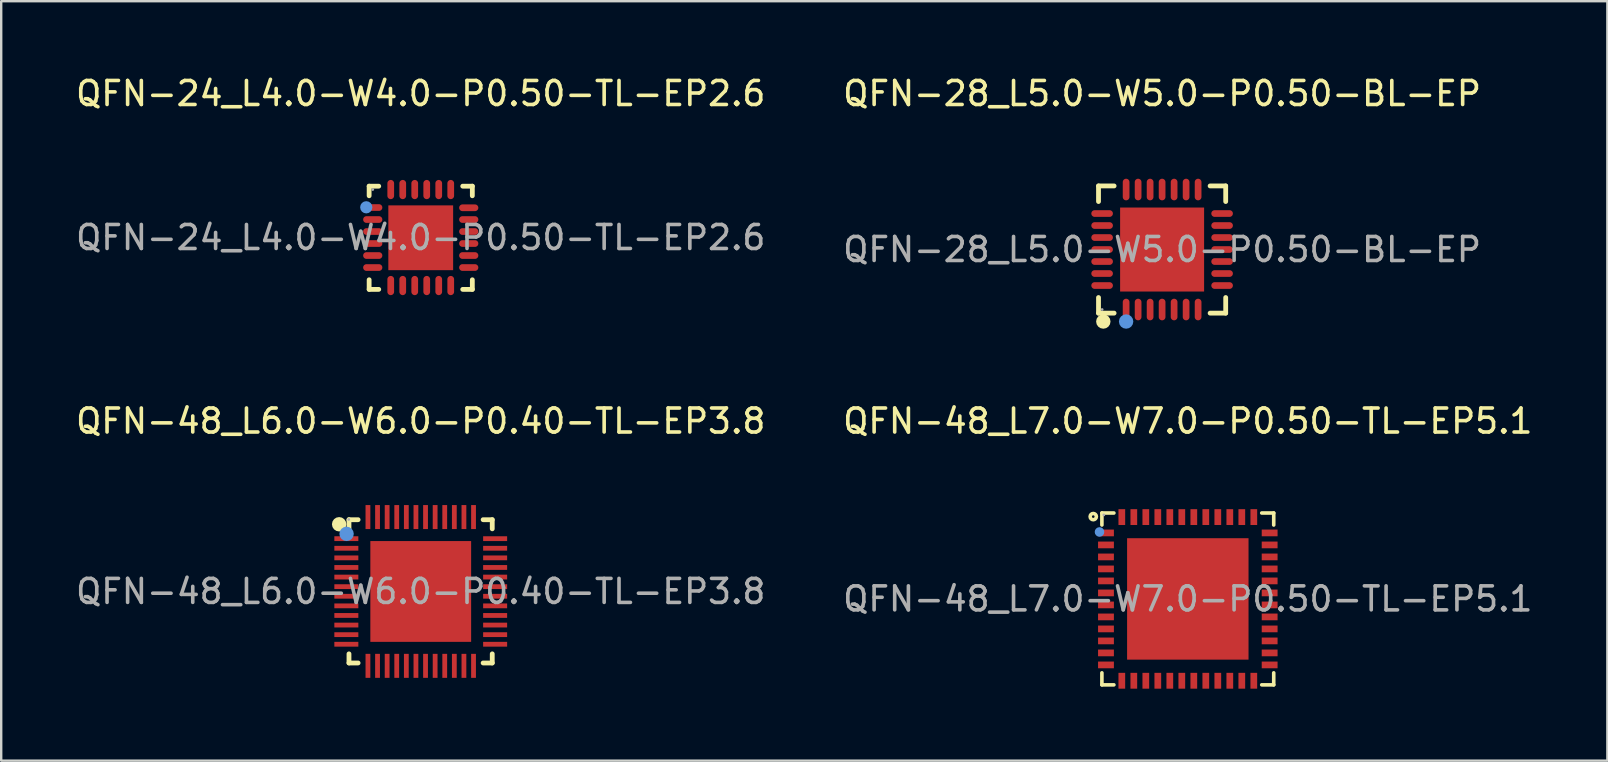
<source format=kicad_pcb>
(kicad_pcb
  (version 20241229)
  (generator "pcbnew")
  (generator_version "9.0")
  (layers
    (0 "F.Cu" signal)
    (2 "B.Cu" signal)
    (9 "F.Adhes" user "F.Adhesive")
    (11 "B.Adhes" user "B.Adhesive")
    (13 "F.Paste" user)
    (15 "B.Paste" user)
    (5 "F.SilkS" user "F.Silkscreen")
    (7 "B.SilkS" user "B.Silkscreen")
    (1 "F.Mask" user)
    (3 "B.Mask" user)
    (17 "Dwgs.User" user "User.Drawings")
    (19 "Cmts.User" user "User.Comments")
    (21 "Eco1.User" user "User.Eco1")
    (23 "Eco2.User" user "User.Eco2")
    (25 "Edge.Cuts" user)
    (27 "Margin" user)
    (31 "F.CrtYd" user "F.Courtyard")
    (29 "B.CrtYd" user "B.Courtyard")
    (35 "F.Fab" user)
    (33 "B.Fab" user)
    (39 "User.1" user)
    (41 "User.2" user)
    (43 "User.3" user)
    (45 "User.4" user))
  (footprint "QFN-28_L5.0-W5.0-P0.50-BL-EP"
    (layer "F.Cu")
    (at 45.375 7.348)
    (property "Reference" "QFN-28_L5.0-W5.0-P0.50-BL-EP" (at 0 -6.5 0) (layer "F.SilkS") (effects (font (size 1 1) (thickness 0.15))))
    (attr through_hole)
    (fp_line (start -2.65 -2.65) (end -2.65 -2) (stroke (width 0.2) (type solid)) (layer "F.SilkS"))
    (fp_line (start -2.65 2.65) (end -2.65 2) (stroke (width 0.2) (type solid)) (layer "F.SilkS"))
    (fp_line (start -2 -2.65) (end -2.65 -2.65) (stroke (width 0.2) (type solid)) (layer "F.SilkS"))
    (fp_line (start -2 2.65) (end -2.65 2.65) (stroke (width 0.2) (type solid)) (layer "F.SilkS"))
    (fp_line (start 2 2.65) (end 2.65 2.65) (stroke (width 0.2) (type solid)) (layer "F.SilkS"))
    (fp_line (start 2.65 -2.65) (end 2 -2.65) (stroke (width 0.2) (type solid)) (layer "F.SilkS"))
    (fp_line (start 2.65 -2) (end 2.65 -2.65) (stroke (width 0.2) (type solid)) (layer "F.SilkS"))
    (fp_line (start 2.65 2.65) (end 2.65 2) (stroke (width 0.2) (type solid)) (layer "F.SilkS"))
    (fp_arc (start -2.45 3) (mid -2.45 3) (end -2.45 3) (stroke (width 0.3) (type solid)) (layer "F.SilkS"))
    (fp_circle (center -1.5 3) (end -1.35 3) (stroke (width 0.3) (type solid)) (fill no) (layer "Cmts.User"))
    (fp_circle (center -2.5 2.5) (end -2.47 2.5) (stroke (width 0.06) (type solid)) (fill no) (layer "F.Fab"))
    (fp_text user "${REFERENCE}" (at 0 0 0) (layer "F.Fab") (effects (font (size 1 1) (thickness 0.15))))
    (pad "1" smd oval (at -1.5 2.5 180) (size 0.28 0.9) (layers "F.Cu" "F.Mask" "F.Paste"))
    (pad "2" smd oval (at -1 2.5 180) (size 0.28 0.9) (layers "F.Cu" "F.Mask" "F.Paste"))
    (pad "3" smd oval (at -0.5 2.5 180) (size 0.28 0.9) (layers "F.Cu" "F.Mask" "F.Paste"))
    (pad "4" smd oval (at 0 2.5 180) (size 0.28 0.9) (layers "F.Cu" "F.Mask" "F.Paste"))
    (pad "5" smd oval (at 0.5 2.5 180) (size 0.28 0.9) (layers "F.Cu" "F.Mask" "F.Paste"))
    (pad "6" smd oval (at 1 2.5 180) (size 0.28 0.9) (layers "F.Cu" "F.Mask" "F.Paste"))
    (pad "7" smd oval (at 1.5 2.5 180) (size 0.28 0.9) (layers "F.Cu" "F.Mask" "F.Paste"))
    (pad "8" smd oval (at 2.5 1.5 90) (size 0.28 0.9) (layers "F.Cu" "F.Mask" "F.Paste"))
    (pad "9" smd oval (at 2.5 1 90) (size 0.28 0.9) (layers "F.Cu" "F.Mask" "F.Paste"))
    (pad "10" smd oval (at 2.5 0.5 90) (size 0.28 0.9) (layers "F.Cu" "F.Mask" "F.Paste"))
    (pad "11" smd oval (at 2.5 0 90) (size 0.28 0.9) (layers "F.Cu" "F.Mask" "F.Paste"))
    (pad "12" smd oval (at 2.5 -0.5 90) (size 0.28 0.9) (layers "F.Cu" "F.Mask" "F.Paste"))
    (pad "13" smd oval (at 2.5 -1 90) (size 0.28 0.9) (layers "F.Cu" "F.Mask" "F.Paste"))
    (pad "14" smd oval (at 2.5 -1.5 90) (size 0.28 0.9) (layers "F.Cu" "F.Mask" "F.Paste"))
    (pad "15" smd oval (at 1.5 -2.5 180) (size 0.28 0.9) (layers "F.Cu" "F.Mask" "F.Paste"))
    (pad "16" smd oval (at 1 -2.5 180) (size 0.28 0.9) (layers "F.Cu" "F.Mask" "F.Paste"))
    (pad "17" smd oval (at 0.5 -2.5 180) (size 0.28 0.9) (layers "F.Cu" "F.Mask" "F.Paste"))
    (pad "18" smd oval (at 0 -2.5 180) (size 0.28 0.9) (layers "F.Cu" "F.Mask" "F.Paste"))
    (pad "19" smd oval (at -0.5 -2.5 180) (size 0.28 0.9) (layers "F.Cu" "F.Mask" "F.Paste"))
    (pad "20" smd oval (at -1 -2.5 180) (size 0.28 0.9) (layers "F.Cu" "F.Mask" "F.Paste"))
    (pad "21" smd oval (at -1.5 -2.5 180) (size 0.28 0.9) (layers "F.Cu" "F.Mask" "F.Paste"))
    (pad "22" smd oval (at -2.5 -1.5 90) (size 0.28 0.9) (layers "F.Cu" "F.Mask" "F.Paste"))
    (pad "23" smd oval (at -2.5 -1 90) (size 0.28 0.9) (layers "F.Cu" "F.Mask" "F.Paste"))
    (pad "24" smd oval (at -2.5 -0.5 90) (size 0.28 0.9) (layers "F.Cu" "F.Mask" "F.Paste"))
    (pad "25" smd oval (at -2.5 0 90) (size 0.28 0.9) (layers "F.Cu" "F.Mask" "F.Paste"))
    (pad "26" smd oval (at -2.5 0.5 90) (size 0.28 0.9) (layers "F.Cu" "F.Mask" "F.Paste"))
    (pad "27" smd oval (at -2.5 1 90) (size 0.28 0.9) (layers "F.Cu" "F.Mask" "F.Paste"))
    (pad "28" smd oval (at -2.5 1.5 90) (size 0.28 0.9) (layers "F.Cu" "F.Mask" "F.Paste"))
    (pad "29" smd rect (at 0 0 90) (size 3.5 3.5) (layers "F.Cu" "F.Mask" "F.Paste")))
  (footprint "QFN-48_L7.0-W7.0-P0.50-TL-EP5.1"
    (layer "F.Cu")
    (at 46.446 21.907)
    (property "Reference" "QFN-48_L7.0-W7.0-P0.50-TL-EP5.1" (at 0 -7.41 0) (layer "F.SilkS") (effects (font (size 1 1) (thickness 0.15))))
    (attr through_hole)
    (fp_line (start -3.58 -3.58) (end -3.58 -3.08) (stroke (width 0.15) (type solid)) (layer "F.SilkS"))
    (fp_line (start -3.58 3.58) (end -3.58 3.08) (stroke (width 0.15) (type solid)) (layer "F.SilkS"))
    (fp_line (start -3.08 -3.58) (end -3.58 -3.58) (stroke (width 0.15) (type solid)) (layer "F.SilkS"))
    (fp_line (start -3.08 3.58) (end -3.58 3.58) (stroke (width 0.15) (type solid)) (layer "F.SilkS"))
    (fp_line (start 3.08 -3.58) (end 3.58 -3.58) (stroke (width 0.15) (type solid)) (layer "F.SilkS"))
    (fp_line (start 3.08 3.58) (end 3.58 3.58) (stroke (width 0.15) (type solid)) (layer "F.SilkS"))
    (fp_line (start 3.58 -3.58) (end 3.58 -3.08) (stroke (width 0.15) (type solid)) (layer "F.SilkS"))
    (fp_line (start 3.58 3.58) (end 3.58 3.08) (stroke (width 0.15) (type solid)) (layer "F.SilkS"))
    (fp_circle (center -3.94 -3.43) (end -3.81 -3.43) (stroke (width 0.15) (type solid)) (fill no) (layer "F.SilkS"))
    (fp_circle (center -3.68 -2.79) (end -3.58 -2.79) (stroke (width 0.2) (type solid)) (fill no) (layer "Cmts.User"))
    (fp_circle (center -3.5 -3.5) (end -3.47 -3.5) (stroke (width 0.06) (type solid)) (fill no) (layer "F.Fab"))
    (fp_text user "${REFERENCE}" (at 0 0 0) (layer "F.Fab") (effects (font (size 1 1) (thickness 0.15))))
    (pad "1" smd rect (at -3.41 -2.75) (size 0.66 0.28) (layers "F.Cu" "F.Mask" "F.Paste"))
    (pad "2" smd rect (at -3.41 -2.25) (size 0.66 0.28) (layers "F.Cu" "F.Mask" "F.Paste"))
    (pad "3" smd rect (at -3.41 -1.75) (size 0.66 0.28) (layers "F.Cu" "F.Mask" "F.Paste"))
    (pad "4" smd rect (at -3.41 -1.25) (size 0.66 0.28) (layers "F.Cu" "F.Mask" "F.Paste"))
    (pad "5" smd rect (at -3.41 -0.75) (size 0.66 0.28) (layers "F.Cu" "F.Mask" "F.Paste"))
    (pad "6" smd rect (at -3.41 -0.25) (size 0.66 0.28) (layers "F.Cu" "F.Mask" "F.Paste"))
    (pad "7" smd rect (at -3.41 0.25) (size 0.66 0.28) (layers "F.Cu" "F.Mask" "F.Paste"))
    (pad "8" smd rect (at -3.41 0.75) (size 0.66 0.28) (layers "F.Cu" "F.Mask" "F.Paste"))
    (pad "9" smd rect (at -3.41 1.25) (size 0.66 0.28) (layers "F.Cu" "F.Mask" "F.Paste"))
    (pad "10" smd rect (at -3.41 1.75) (size 0.66 0.28) (layers "F.Cu" "F.Mask" "F.Paste"))
    (pad "11" smd rect (at -3.41 2.25) (size 0.66 0.28) (layers "F.Cu" "F.Mask" "F.Paste"))
    (pad "12" smd rect (at -3.41 2.75) (size 0.66 0.28) (layers "F.Cu" "F.Mask" "F.Paste"))
    (pad "13" smd rect (at -2.75 3.41) (size 0.28 0.66) (layers "F.Cu" "F.Mask" "F.Paste"))
    (pad "14" smd rect (at -2.25 3.41) (size 0.28 0.66) (layers "F.Cu" "F.Mask" "F.Paste"))
    (pad "15" smd rect (at -1.75 3.41) (size 0.28 0.66) (layers "F.Cu" "F.Mask" "F.Paste"))
    (pad "16" smd rect (at -1.25 3.41) (size 0.28 0.66) (layers "F.Cu" "F.Mask" "F.Paste"))
    (pad "17" smd rect (at -0.75 3.41) (size 0.28 0.66) (layers "F.Cu" "F.Mask" "F.Paste"))
    (pad "18" smd rect (at -0.25 3.41) (size 0.28 0.66) (layers "F.Cu" "F.Mask" "F.Paste"))
    (pad "19" smd rect (at 0.25 3.41) (size 0.28 0.66) (layers "F.Cu" "F.Mask" "F.Paste"))
    (pad "20" smd rect (at 0.75 3.41) (size 0.28 0.66) (layers "F.Cu" "F.Mask" "F.Paste"))
    (pad "21" smd rect (at 1.25 3.41) (size 0.28 0.66) (layers "F.Cu" "F.Mask" "F.Paste"))
    (pad "22" smd rect (at 1.75 3.41) (size 0.28 0.66) (layers "F.Cu" "F.Mask" "F.Paste"))
    (pad "23" smd rect (at 2.25 3.41) (size 0.28 0.66) (layers "F.Cu" "F.Mask" "F.Paste"))
    (pad "24" smd rect (at 2.75 3.41) (size 0.28 0.66) (layers "F.Cu" "F.Mask" "F.Paste"))
    (pad "25" smd rect (at 3.41 2.75) (size 0.66 0.28) (layers "F.Cu" "F.Mask" "F.Paste"))
    (pad "26" smd rect (at 3.41 2.25) (size 0.66 0.28) (layers "F.Cu" "F.Mask" "F.Paste"))
    (pad "27" smd rect (at 3.41 1.75) (size 0.66 0.28) (layers "F.Cu" "F.Mask" "F.Paste"))
    (pad "28" smd rect (at 3.41 1.25) (size 0.66 0.28) (layers "F.Cu" "F.Mask" "F.Paste"))
    (pad "29" smd rect (at 3.41 0.75) (size 0.66 0.28) (layers "F.Cu" "F.Mask" "F.Paste"))
    (pad "30" smd rect (at 3.41 0.25) (size 0.66 0.28) (layers "F.Cu" "F.Mask" "F.Paste"))
    (pad "31" smd rect (at 3.41 -0.25) (size 0.66 0.28) (layers "F.Cu" "F.Mask" "F.Paste"))
    (pad "32" smd rect (at 3.41 -0.75) (size 0.66 0.28) (layers "F.Cu" "F.Mask" "F.Paste"))
    (pad "33" smd rect (at 3.41 -1.25) (size 0.66 0.28) (layers "F.Cu" "F.Mask" "F.Paste"))
    (pad "34" smd rect (at 3.41 -1.75) (size 0.66 0.28) (layers "F.Cu" "F.Mask" "F.Paste"))
    (pad "35" smd rect (at 3.41 -2.25) (size 0.66 0.28) (layers "F.Cu" "F.Mask" "F.Paste"))
    (pad "36" smd rect (at 3.41 -2.75) (size 0.66 0.28) (layers "F.Cu" "F.Mask" "F.Paste"))
    (pad "37" smd rect (at 2.75 -3.41) (size 0.28 0.66) (layers "F.Cu" "F.Mask" "F.Paste"))
    (pad "38" smd rect (at 2.25 -3.41) (size 0.28 0.66) (layers "F.Cu" "F.Mask" "F.Paste"))
    (pad "39" smd rect (at 1.75 -3.41) (size 0.28 0.66) (layers "F.Cu" "F.Mask" "F.Paste"))
    (pad "40" smd rect (at 1.25 -3.41) (size 0.28 0.66) (layers "F.Cu" "F.Mask" "F.Paste"))
    (pad "41" smd rect (at 0.75 -3.41) (size 0.28 0.66) (layers "F.Cu" "F.Mask" "F.Paste"))
    (pad "42" smd rect (at 0.25 -3.41) (size 0.28 0.66) (layers "F.Cu" "F.Mask" "F.Paste"))
    (pad "43" smd rect (at -0.25 -3.41) (size 0.28 0.66) (layers "F.Cu" "F.Mask" "F.Paste"))
    (pad "44" smd rect (at -0.75 -3.41) (size 0.28 0.66) (layers "F.Cu" "F.Mask" "F.Paste"))
    (pad "45" smd rect (at -1.25 -3.41) (size 0.28 0.66) (layers "F.Cu" "F.Mask" "F.Paste"))
    (pad "46" smd rect (at -1.75 -3.41) (size 0.28 0.66) (layers "F.Cu" "F.Mask" "F.Paste"))
    (pad "47" smd rect (at -2.25 -3.41) (size 0.28 0.66) (layers "F.Cu" "F.Mask" "F.Paste"))
    (pad "48" smd rect (at -2.75 -3.41) (size 0.28 0.66) (layers "F.Cu" "F.Mask" "F.Paste"))
    (pad "49" smd rect (at 0 0) (size 5.06 5.06) (layers "F.Cu" "F.Mask" "F.Paste")))
  (footprint "QFN-48_L6.0-W6.0-P0.40-TL-EP3.8"
    (layer "F.Cu")
    (at 14.482 21.596)
    (property "Reference" "QFN-48_L6.0-W6.0-P0.40-TL-EP3.8" (at 0 -7.1 0) (layer "F.SilkS") (effects (font (size 1 1) (thickness 0.15))))
    (attr through_hole)
    (fp_line (start -2.99 -2.99) (end -2.61 -2.99) (stroke (width 0.2) (type solid)) (layer "F.SilkS"))
    (fp_line (start -2.99 -2.61) (end -2.99 -2.99) (stroke (width 0.2) (type solid)) (layer "F.SilkS"))
    (fp_line (start -2.99 2.98) (end -2.99 2.6) (stroke (width 0.2) (type solid)) (layer "F.SilkS"))
    (fp_line (start -2.61 2.98) (end -2.99 2.98) (stroke (width 0.2) (type solid)) (layer "F.SilkS"))
    (fp_line (start 2.6 -2.99) (end 2.98 -2.99) (stroke (width 0.2) (type solid)) (layer "F.SilkS"))
    (fp_line (start 2.98 -2.99) (end 2.98 -2.61) (stroke (width 0.2) (type solid)) (layer "F.SilkS"))
    (fp_line (start 2.98 2.6) (end 2.98 2.98) (stroke (width 0.2) (type solid)) (layer "F.SilkS"))
    (fp_line (start 2.98 2.98) (end 2.6 2.98) (stroke (width 0.2) (type solid)) (layer "F.SilkS"))
    (fp_arc (start -3.4 -2.8) (mid -3.4 -2.8) (end -3.4 -2.8) (stroke (width 0.3) (type solid)) (layer "F.SilkS"))
    (fp_circle (center -3.09 -2.4) (end -2.94 -2.4) (stroke (width 0.3) (type solid)) (fill no) (layer "Cmts.User"))
    (fp_circle (center -3 -3) (end -2.97 -3) (stroke (width 0.06) (type solid)) (fill no) (layer "F.Fab"))
    (fp_text user "${REFERENCE}" (at 0 0 0) (layer "F.Fab") (effects (font (size 1 1) (thickness 0.15))))
    (pad "1" smd rect (at -3.1 -2.2) (size 1 0.2) (layers "F.Cu" "F.Mask" "F.Paste"))
    (pad "2" smd rect (at -3.1 -1.8) (size 1 0.2) (layers "F.Cu" "F.Mask" "F.Paste"))
    (pad "3" smd rect (at -3.1 -1.4) (size 1 0.2) (layers "F.Cu" "F.Mask" "F.Paste"))
    (pad "4" smd rect (at -3.1 -1) (size 1 0.2) (layers "F.Cu" "F.Mask" "F.Paste"))
    (pad "5" smd rect (at -3.1 -0.6) (size 1 0.2) (layers "F.Cu" "F.Mask" "F.Paste"))
    (pad "6" smd rect (at -3.1 -0.2) (size 1 0.2) (layers "F.Cu" "F.Mask" "F.Paste"))
    (pad "7" smd rect (at -3.1 0.2) (size 1 0.2) (layers "F.Cu" "F.Mask" "F.Paste"))
    (pad "8" smd rect (at -3.1 0.6) (size 1 0.2) (layers "F.Cu" "F.Mask" "F.Paste"))
    (pad "9" smd rect (at -3.1 1) (size 1 0.2) (layers "F.Cu" "F.Mask" "F.Paste"))
    (pad "10" smd rect (at -3.1 1.4) (size 1 0.2) (layers "F.Cu" "F.Mask" "F.Paste"))
    (pad "11" smd rect (at -3.1 1.8) (size 1 0.2) (layers "F.Cu" "F.Mask" "F.Paste"))
    (pad "12" smd rect (at -3.1 2.2) (size 1 0.2) (layers "F.Cu" "F.Mask" "F.Paste"))
    (pad "13" smd rect (at -2.2 3.1) (size 0.2 1) (layers "F.Cu" "F.Mask" "F.Paste"))
    (pad "14" smd rect (at -1.8 3.1) (size 0.2 1) (layers "F.Cu" "F.Mask" "F.Paste"))
    (pad "15" smd rect (at -1.4 3.1) (size 0.2 1) (layers "F.Cu" "F.Mask" "F.Paste"))
    (pad "16" smd rect (at -1 3.1) (size 0.2 1) (layers "F.Cu" "F.Mask" "F.Paste"))
    (pad "17" smd rect (at -0.6 3.1) (size 0.2 1) (layers "F.Cu" "F.Mask" "F.Paste"))
    (pad "18" smd rect (at -0.2 3.1) (size 0.2 1) (layers "F.Cu" "F.Mask" "F.Paste"))
    (pad "19" smd rect (at 0.2 3.1) (size 0.2 1) (layers "F.Cu" "F.Mask" "F.Paste"))
    (pad "20" smd rect (at 0.6 3.1) (size 0.2 1) (layers "F.Cu" "F.Mask" "F.Paste"))
    (pad "21" smd rect (at 1 3.1) (size 0.2 1) (layers "F.Cu" "F.Mask" "F.Paste"))
    (pad "22" smd rect (at 1.4 3.1) (size 0.2 1) (layers "F.Cu" "F.Mask" "F.Paste"))
    (pad "23" smd rect (at 1.8 3.1) (size 0.2 1) (layers "F.Cu" "F.Mask" "F.Paste"))
    (pad "24" smd rect (at 2.2 3.1) (size 0.2 1) (layers "F.Cu" "F.Mask" "F.Paste"))
    (pad "25" smd rect (at 3.1 2.2) (size 1 0.2) (layers "F.Cu" "F.Mask" "F.Paste"))
    (pad "26" smd rect (at 3.1 1.8) (size 1 0.2) (layers "F.Cu" "F.Mask" "F.Paste"))
    (pad "27" smd rect (at 3.1 1.4) (size 1 0.2) (layers "F.Cu" "F.Mask" "F.Paste"))
    (pad "28" smd rect (at 3.1 1) (size 1 0.2) (layers "F.Cu" "F.Mask" "F.Paste"))
    (pad "29" smd rect (at 3.1 0.6) (size 1 0.2) (layers "F.Cu" "F.Mask" "F.Paste"))
    (pad "30" smd rect (at 3.1 0.2) (size 1 0.2) (layers "F.Cu" "F.Mask" "F.Paste"))
    (pad "31" smd rect (at 3.1 -0.2) (size 1 0.2) (layers "F.Cu" "F.Mask" "F.Paste"))
    (pad "32" smd rect (at 3.1 -0.6) (size 1 0.2) (layers "F.Cu" "F.Mask" "F.Paste"))
    (pad "33" smd rect (at 3.1 -1) (size 1 0.2) (layers "F.Cu" "F.Mask" "F.Paste"))
    (pad "34" smd rect (at 3.1 -1.4) (size 1 0.2) (layers "F.Cu" "F.Mask" "F.Paste"))
    (pad "35" smd rect (at 3.1 -1.8) (size 1 0.2) (layers "F.Cu" "F.Mask" "F.Paste"))
    (pad "36" smd rect (at 3.1 -2.2) (size 1 0.2) (layers "F.Cu" "F.Mask" "F.Paste"))
    (pad "37" smd rect (at 2.2 -3.1) (size 0.2 1) (layers "F.Cu" "F.Mask" "F.Paste"))
    (pad "38" smd rect (at 1.8 -3.1) (size 0.2 1) (layers "F.Cu" "F.Mask" "F.Paste"))
    (pad "39" smd rect (at 1.4 -3.1) (size 0.2 1) (layers "F.Cu" "F.Mask" "F.Paste"))
    (pad "40" smd rect (at 1 -3.1) (size 0.2 1) (layers "F.Cu" "F.Mask" "F.Paste"))
    (pad "41" smd rect (at 0.6 -3.1) (size 0.2 1) (layers "F.Cu" "F.Mask" "F.Paste"))
    (pad "42" smd rect (at 0.2 -3.1) (size 0.2 1) (layers "F.Cu" "F.Mask" "F.Paste"))
    (pad "43" smd rect (at -0.2 -3.1) (size 0.2 1) (layers "F.Cu" "F.Mask" "F.Paste"))
    (pad "44" smd rect (at -0.6 -3.1) (size 0.2 1) (layers "F.Cu" "F.Mask" "F.Paste"))
    (pad "45" smd rect (at -1 -3.1) (size 0.2 1) (layers "F.Cu" "F.Mask" "F.Paste"))
    (pad "46" smd rect (at -1.4 -3.1) (size 0.2 1) (layers "F.Cu" "F.Mask" "F.Paste"))
    (pad "47" smd rect (at -1.8 -3.1) (size 0.2 1) (layers "F.Cu" "F.Mask" "F.Paste"))
    (pad "48" smd rect (at -2.2 -3.1) (size 0.2 1) (layers "F.Cu" "F.Mask" "F.Paste"))
    (pad "49" smd rect (at 0 0) (size 4.2 4.2) (layers "F.Cu" "F.Mask" "F.Paste")))
  (footprint "QFN-24_L4.0-W4.0-P0.50-TL-EP2.6"
    (layer "F.Cu")
    (at 14.482 6.848)
    (property "Reference" "QFN-24_L4.0-W4.0-P0.50-TL-EP2.6" (at 0 -6 0) (layer "F.SilkS") (effects (font (size 1 1) (thickness 0.15))))
    (attr through_hole)
    (fp_line (start -2.15 -2.14) (end -1.75 -2.14) (stroke (width 0.2) (type solid)) (layer "F.SilkS"))
    (fp_line (start -2.15 -1.74) (end -2.15 -2.14) (stroke (width 0.2) (type solid)) (layer "F.SilkS"))
    (fp_line (start -2.15 2.16) (end -2.15 1.76) (stroke (width 0.2) (type solid)) (layer "F.SilkS"))
    (fp_line (start -1.75 2.16) (end -2.15 2.16) (stroke (width 0.2) (type solid)) (layer "F.SilkS"))
    (fp_line (start 1.75 -2.14) (end 2.15 -2.14) (stroke (width 0.2) (type solid)) (layer "F.SilkS"))
    (fp_line (start 1.75 2.16) (end 2.15 2.16) (stroke (width 0.2) (type solid)) (layer "F.SilkS"))
    (fp_line (start 2.15 -2.14) (end 2.15 -1.74) (stroke (width 0.2) (type solid)) (layer "F.SilkS"))
    (fp_line (start 2.15 2.16) (end 2.15 1.76) (stroke (width 0.2) (type solid)) (layer "F.SilkS"))
    (fp_circle (center -2.27 -1.26) (end -2.14 -1.26) (stroke (width 0.25) (type solid)) (fill no) (layer "Cmts.User"))
    (fp_circle (center -2 -2) (end -1.97 -2) (stroke (width 0.06) (type solid)) (fill no) (layer "F.Fab"))
    (fp_text user "${REFERENCE}" (at 0 0 0) (layer "F.Fab") (effects (font (size 1 1) (thickness 0.15))))
    (pad "1" smd oval (at -2 -1.25 90) (size 0.28 0.8) (layers "F.Cu" "F.Mask" "F.Paste"))
    (pad "2" smd oval (at -2 -0.75 90) (size 0.28 0.8) (layers "F.Cu" "F.Mask" "F.Paste"))
    (pad "3" smd oval (at -2 -0.25 90) (size 0.28 0.8) (layers "F.Cu" "F.Mask" "F.Paste"))
    (pad "4" smd oval (at -2 0.25 90) (size 0.28 0.8) (layers "F.Cu" "F.Mask" "F.Paste"))
    (pad "5" smd oval (at -2 0.75 90) (size 0.28 0.8) (layers "F.Cu" "F.Mask" "F.Paste"))
    (pad "6" smd oval (at -2 1.25 90) (size 0.28 0.8) (layers "F.Cu" "F.Mask" "F.Paste"))
    (pad "7" smd oval (at -1.25 2) (size 0.28 0.8) (layers "F.Cu" "F.Mask" "F.Paste"))
    (pad "8" smd oval (at -0.75 2) (size 0.28 0.8) (layers "F.Cu" "F.Mask" "F.Paste"))
    (pad "9" smd oval (at -0.25 2) (size 0.28 0.8) (layers "F.Cu" "F.Mask" "F.Paste"))
    (pad "10" smd oval (at 0.25 2) (size 0.28 0.8) (layers "F.Cu" "F.Mask" "F.Paste"))
    (pad "11" smd oval (at 0.75 2) (size 0.28 0.8) (layers "F.Cu" "F.Mask" "F.Paste"))
    (pad "12" smd oval (at 1.25 2) (size 0.28 0.8) (layers "F.Cu" "F.Mask" "F.Paste"))
    (pad "13" smd oval (at 2 1.25 90) (size 0.28 0.8) (layers "F.Cu" "F.Mask" "F.Paste"))
    (pad "14" smd oval (at 2 0.75 90) (size 0.28 0.8) (layers "F.Cu" "F.Mask" "F.Paste"))
    (pad "15" smd oval (at 2 0.25 90) (size 0.28 0.8) (layers "F.Cu" "F.Mask" "F.Paste"))
    (pad "16" smd oval (at 2 -0.25 90) (size 0.28 0.8) (layers "F.Cu" "F.Mask" "F.Paste"))
    (pad "17" smd oval (at 2 -0.75 90) (size 0.28 0.8) (layers "F.Cu" "F.Mask" "F.Paste"))
    (pad "18" smd oval (at 2 -1.24 90) (size 0.28 0.8) (layers "F.Cu" "F.Mask" "F.Paste"))
    (pad "19" smd oval (at 1.25 -2) (size 0.28 0.8) (layers "F.Cu" "F.Mask" "F.Paste"))
    (pad "20" smd oval (at 0.75 -2) (size 0.28 0.8) (layers "F.Cu" "F.Mask" "F.Paste"))
    (pad "21" smd oval (at 0.25 -2) (size 0.28 0.8) (layers "F.Cu" "F.Mask" "F.Paste"))
    (pad "22" smd oval (at -0.25 -2) (size 0.28 0.8) (layers "F.Cu" "F.Mask" "F.Paste"))
    (pad "23" smd oval (at -0.75 -2) (size 0.28 0.8) (layers "F.Cu" "F.Mask" "F.Paste"))
    (pad "24" smd oval (at -1.25 -2) (size 0.28 0.8) (layers "F.Cu" "F.Mask" "F.Paste"))
    (pad "25" smd rect (at 0 0.01) (size 2.7 2.7) (layers "F.Cu" "F.Mask" "F.Paste")))
  (gr_rect
    (start -3 -3)
    (end 63.929 28.646)
    (stroke (width 0.1) (type default))
    (fill no)
    (layer "Edge.Cuts")))
</source>
